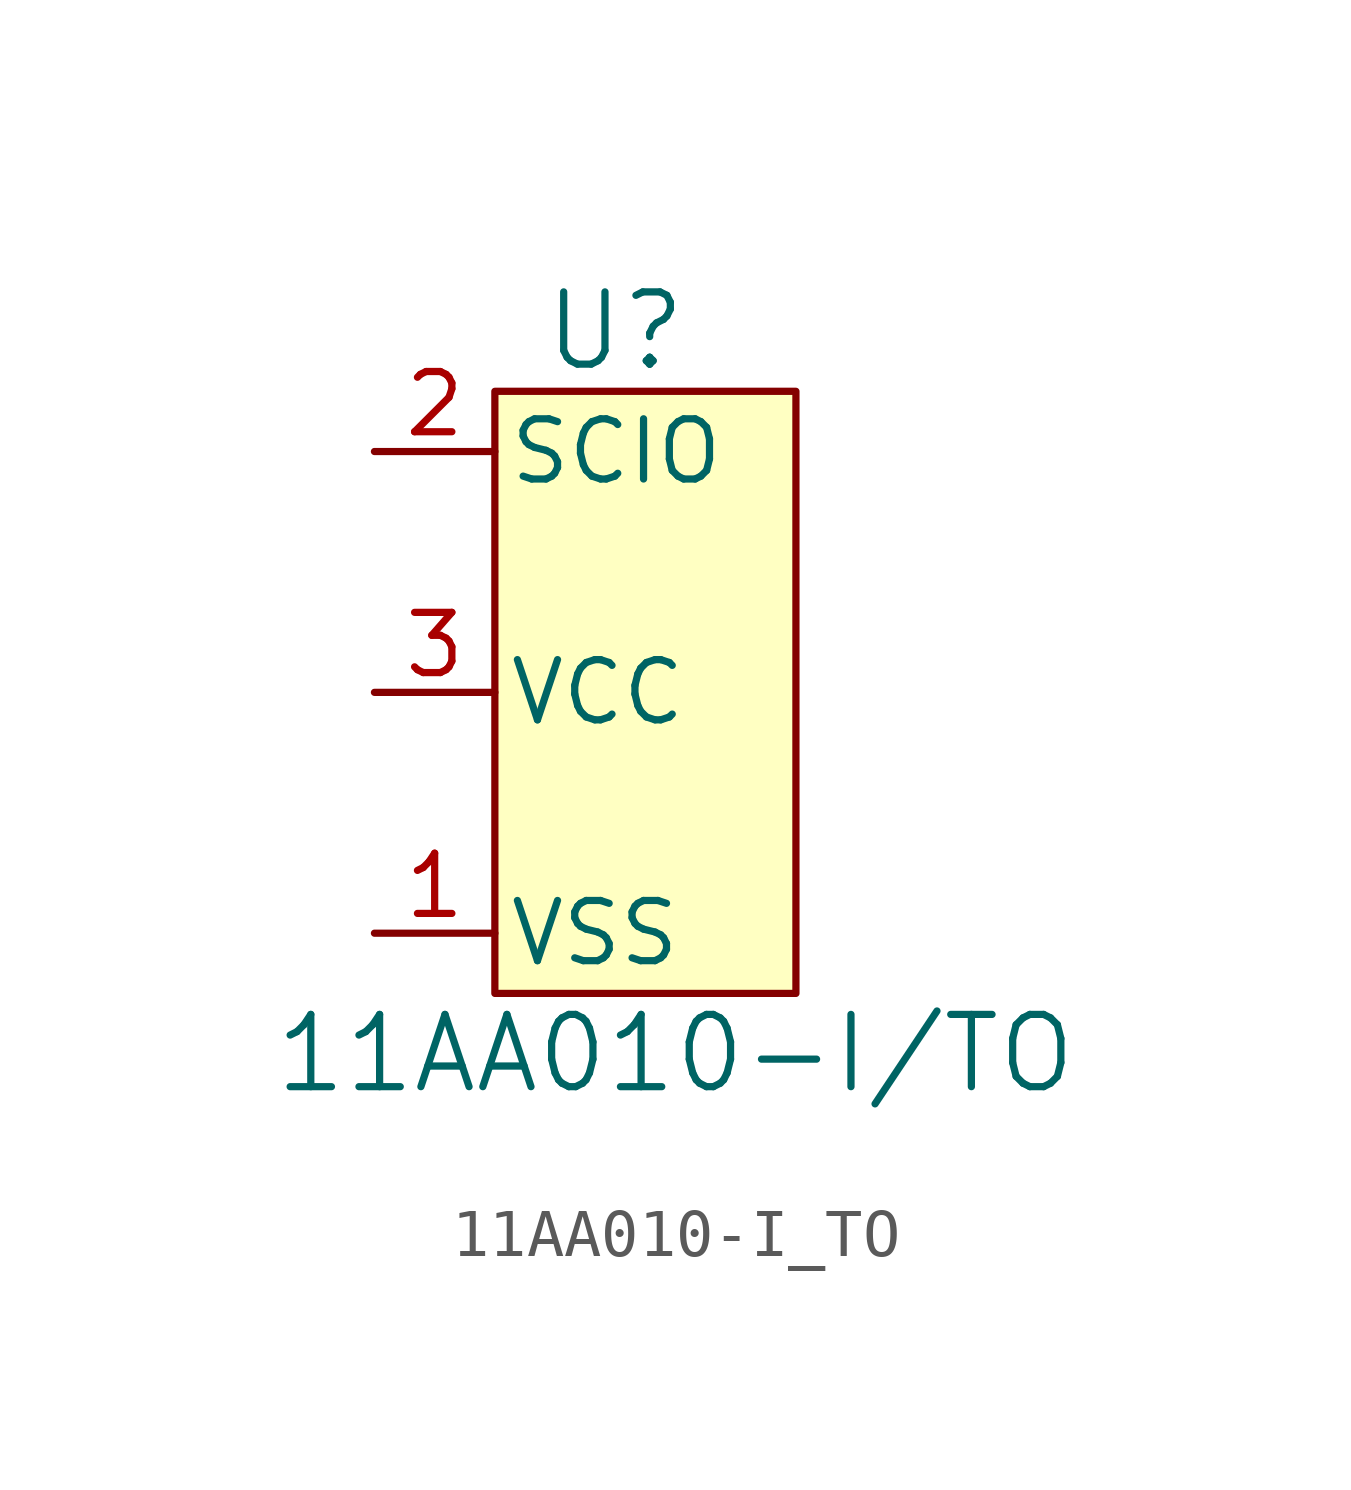
<source format=kicad_sym>
(kicad_symbol_lib
  (version 20220914)
  (generator kicad_symbol_editor)
  (symbol "11AA010-I_TO"
    (pin_names
      (offset 0.254))
    (property "Reference" "U"
      (at 2.54 1.27 0)
      (effects (font (size 1.524 1.524))))
    (property "Value" "11AA010-I/TO"
      (at 3.81 -13.97 0)
      (effects (font (size 1.524 1.524))))
    (symbol "11AA010-I_TO_1_1"
      (rectangle (start 0 0) (end 6.35 -12.7) (stroke (width 0) (type default)) (fill (type background)))
      (pin power_in line (at -2.54 -11.43 0) (length 2.54) (name "VSS" (effects (font (size 1.27 1.27)))) (number "1" (effects (font (size 1.27 1.27)))))
      (pin bidirectional line (at -2.54 -1.27 0) (length 2.54) (name "SCIO" (effects (font (size 1.27 1.27)))) (number "2" (effects (font (size 1.27 1.27)))))
      (pin power_in line (at -2.54 -6.35 0) (length 2.54) (name "VCC" (effects (font (size 1.27 1.27)))) (number "3" (effects (font (size 1.27 1.27))))))))
</source>
